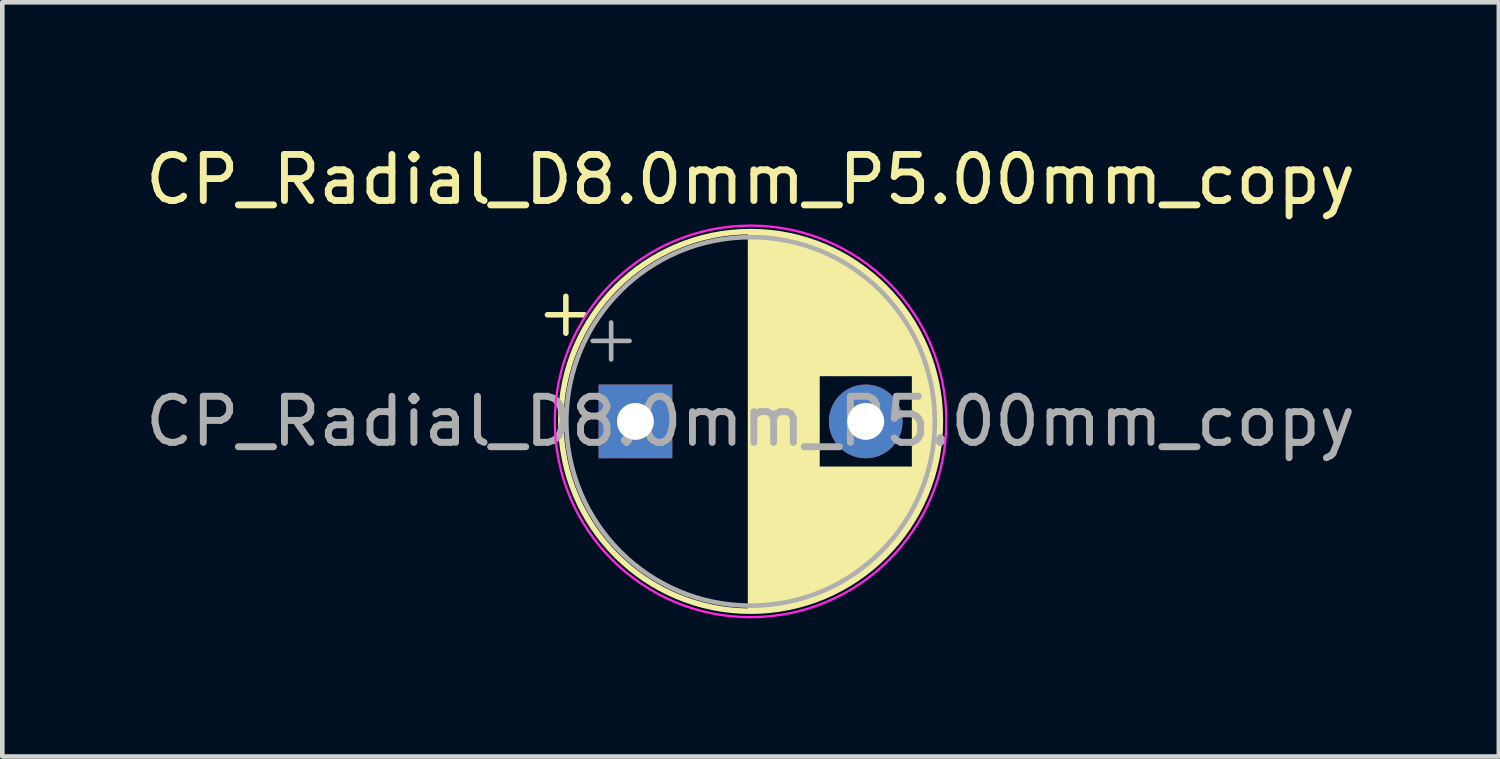
<source format=kicad_pcb>
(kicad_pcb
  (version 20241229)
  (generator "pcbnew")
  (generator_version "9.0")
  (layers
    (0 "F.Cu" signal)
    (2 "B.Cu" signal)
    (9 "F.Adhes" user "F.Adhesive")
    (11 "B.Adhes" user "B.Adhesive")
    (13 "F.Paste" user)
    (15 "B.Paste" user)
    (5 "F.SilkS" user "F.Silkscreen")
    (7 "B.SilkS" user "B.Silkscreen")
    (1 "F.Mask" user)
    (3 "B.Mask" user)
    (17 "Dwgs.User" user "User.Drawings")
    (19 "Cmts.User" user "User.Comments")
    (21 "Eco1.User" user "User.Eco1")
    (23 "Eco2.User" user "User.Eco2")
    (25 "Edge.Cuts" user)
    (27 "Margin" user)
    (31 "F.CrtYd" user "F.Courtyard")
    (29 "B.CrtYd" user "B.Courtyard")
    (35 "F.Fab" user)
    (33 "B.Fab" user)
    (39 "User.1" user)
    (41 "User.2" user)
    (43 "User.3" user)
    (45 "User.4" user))
  (footprint "CP_Radial_D8.0mm_P5.00mm_copy"
    (layer "F.Cu")
    (at 10.744 6.098)
    (property "Reference" "CP_Radial_D8.0mm_P5.00mm_copy" (at 2.5 -5.25 0) (layer "F.SilkS") (effects (font (size 1 1) (thickness 0.15))))
    (attr through_hole)
    (fp_line (start -1.91 -2.315) (end -1.11 -2.315) (stroke (width 0.12) (type solid)) (layer "F.SilkS"))
    (fp_line (start -1.51 -2.715) (end -1.51 -1.915) (stroke (width 0.12) (type solid)) (layer "F.SilkS"))
    (fp_line (start 2.5 -4.08) (end 2.5 4.08) (stroke (width 0.12) (type solid)) (layer "F.SilkS"))
    (fp_line (start 2.54 -4.08) (end 2.54 4.08) (stroke (width 0.12) (type solid)) (layer "F.SilkS"))
    (fp_line (start 2.58 -4.08) (end 2.58 4.08) (stroke (width 0.12) (type solid)) (layer "F.SilkS"))
    (fp_line (start 2.62 -4.079) (end 2.62 4.079) (stroke (width 0.12) (type solid)) (layer "F.SilkS"))
    (fp_line (start 2.66 -4.077) (end 2.66 4.077) (stroke (width 0.12) (type solid)) (layer "F.SilkS"))
    (fp_line (start 2.7 -4.076) (end 2.7 4.076) (stroke (width 0.12) (type solid)) (layer "F.SilkS"))
    (fp_line (start 2.74 -4.074) (end 2.74 4.074) (stroke (width 0.12) (type solid)) (layer "F.SilkS"))
    (fp_line (start 2.78 -4.071) (end 2.78 4.071) (stroke (width 0.12) (type solid)) (layer "F.SilkS"))
    (fp_line (start 2.82 -4.068) (end 2.82 4.068) (stroke (width 0.12) (type solid)) (layer "F.SilkS"))
    (fp_line (start 2.86 -4.065) (end 2.86 4.065) (stroke (width 0.12) (type solid)) (layer "F.SilkS"))
    (fp_line (start 2.9 -4.061) (end 2.9 4.061) (stroke (width 0.12) (type solid)) (layer "F.SilkS"))
    (fp_line (start 2.94 -4.057) (end 2.94 4.057) (stroke (width 0.12) (type solid)) (layer "F.SilkS"))
    (fp_line (start 2.98 -4.052) (end 2.98 4.052) (stroke (width 0.12) (type solid)) (layer "F.SilkS"))
    (fp_line (start 3.02 -4.048) (end 3.02 4.048) (stroke (width 0.12) (type solid)) (layer "F.SilkS"))
    (fp_line (start 3.06 -4.042) (end 3.06 4.042) (stroke (width 0.12) (type solid)) (layer "F.SilkS"))
    (fp_line (start 3.1 -4.037) (end 3.1 4.037) (stroke (width 0.12) (type solid)) (layer "F.SilkS"))
    (fp_line (start 3.14 -4.03) (end 3.14 4.03) (stroke (width 0.12) (type solid)) (layer "F.SilkS"))
    (fp_line (start 3.18 -4.024) (end 3.18 4.024) (stroke (width 0.12) (type solid)) (layer "F.SilkS"))
    (fp_line (start 3.221 -4.017) (end 3.221 4.017) (stroke (width 0.12) (type solid)) (layer "F.SilkS"))
    (fp_line (start 3.261 -4.01) (end 3.261 4.01) (stroke (width 0.12) (type solid)) (layer "F.SilkS"))
    (fp_line (start 3.301 -4.002) (end 3.301 4.002) (stroke (width 0.12) (type solid)) (layer "F.SilkS"))
    (fp_line (start 3.341 -3.994) (end 3.341 3.994) (stroke (width 0.12) (type solid)) (layer "F.SilkS"))
    (fp_line (start 3.381 -3.985) (end 3.381 3.985) (stroke (width 0.12) (type solid)) (layer "F.SilkS"))
    (fp_line (start 3.421 -3.976) (end 3.421 3.976) (stroke (width 0.12) (type solid)) (layer "F.SilkS"))
    (fp_line (start 3.461 -3.967) (end 3.461 3.967) (stroke (width 0.12) (type solid)) (layer "F.SilkS"))
    (fp_line (start 3.501 -3.957) (end 3.501 3.957) (stroke (width 0.12) (type solid)) (layer "F.SilkS"))
    (fp_line (start 3.541 -3.947) (end 3.541 3.947) (stroke (width 0.12) (type solid)) (layer "F.SilkS"))
    (fp_line (start 3.581 -3.936) (end 3.581 3.936) (stroke (width 0.12) (type solid)) (layer "F.SilkS"))
    (fp_line (start 3.621 -3.925) (end 3.621 3.925) (stroke (width 0.12) (type solid)) (layer "F.SilkS"))
    (fp_line (start 3.661 -3.914) (end 3.661 3.914) (stroke (width 0.12) (type solid)) (layer "F.SilkS"))
    (fp_line (start 3.701 -3.902) (end 3.701 3.902) (stroke (width 0.12) (type solid)) (layer "F.SilkS"))
    (fp_line (start 3.741 -3.889) (end 3.741 3.889) (stroke (width 0.12) (type solid)) (layer "F.SilkS"))
    (fp_line (start 3.781 -3.877) (end 3.781 3.877) (stroke (width 0.12) (type solid)) (layer "F.SilkS"))
    (fp_line (start 3.821 -3.863) (end 3.821 3.863) (stroke (width 0.12) (type solid)) (layer "F.SilkS"))
    (fp_line (start 3.861 -3.85) (end 3.861 3.85) (stroke (width 0.12) (type solid)) (layer "F.SilkS"))
    (fp_line (start 3.901 -3.835) (end 3.901 3.835) (stroke (width 0.12) (type solid)) (layer "F.SilkS"))
    (fp_line (start 3.941 -3.821) (end 3.941 3.821) (stroke (width 0.12) (type solid)) (layer "F.SilkS"))
    (fp_line (start 3.981 -3.805) (end 3.981 -1.04) (stroke (width 0.12) (type solid)) (layer "F.SilkS"))
    (fp_line (start 3.981 1.04) (end 3.981 3.805) (stroke (width 0.12) (type solid)) (layer "F.SilkS"))
    (fp_line (start 4.021 -3.79) (end 4.021 -1.04) (stroke (width 0.12) (type solid)) (layer "F.SilkS"))
    (fp_line (start 4.021 1.04) (end 4.021 3.79) (stroke (width 0.12) (type solid)) (layer "F.SilkS"))
    (fp_line (start 4.061 -3.774) (end 4.061 -1.04) (stroke (width 0.12) (type solid)) (layer "F.SilkS"))
    (fp_line (start 4.061 1.04) (end 4.061 3.774) (stroke (width 0.12) (type solid)) (layer "F.SilkS"))
    (fp_line (start 4.101 -3.757) (end 4.101 -1.04) (stroke (width 0.12) (type solid)) (layer "F.SilkS"))
    (fp_line (start 4.101 1.04) (end 4.101 3.757) (stroke (width 0.12) (type solid)) (layer "F.SilkS"))
    (fp_line (start 4.141 -3.74) (end 4.141 -1.04) (stroke (width 0.12) (type solid)) (layer "F.SilkS"))
    (fp_line (start 4.141 1.04) (end 4.141 3.74) (stroke (width 0.12) (type solid)) (layer "F.SilkS"))
    (fp_line (start 4.181 -3.722) (end 4.181 -1.04) (stroke (width 0.12) (type solid)) (layer "F.SilkS"))
    (fp_line (start 4.181 1.04) (end 4.181 3.722) (stroke (width 0.12) (type solid)) (layer "F.SilkS"))
    (fp_line (start 4.221 -3.704) (end 4.221 -1.04) (stroke (width 0.12) (type solid)) (layer "F.SilkS"))
    (fp_line (start 4.221 1.04) (end 4.221 3.704) (stroke (width 0.12) (type solid)) (layer "F.SilkS"))
    (fp_line (start 4.261 -3.686) (end 4.261 -1.04) (stroke (width 0.12) (type solid)) (layer "F.SilkS"))
    (fp_line (start 4.261 1.04) (end 4.261 3.686) (stroke (width 0.12) (type solid)) (layer "F.SilkS"))
    (fp_line (start 4.301 -3.666) (end 4.301 -1.04) (stroke (width 0.12) (type solid)) (layer "F.SilkS"))
    (fp_line (start 4.301 1.04) (end 4.301 3.666) (stroke (width 0.12) (type solid)) (layer "F.SilkS"))
    (fp_line (start 4.341 -3.647) (end 4.341 -1.04) (stroke (width 0.12) (type solid)) (layer "F.SilkS"))
    (fp_line (start 4.341 1.04) (end 4.341 3.647) (stroke (width 0.12) (type solid)) (layer "F.SilkS"))
    (fp_line (start 4.381 -3.627) (end 4.381 -1.04) (stroke (width 0.12) (type solid)) (layer "F.SilkS"))
    (fp_line (start 4.381 1.04) (end 4.381 3.627) (stroke (width 0.12) (type solid)) (layer "F.SilkS"))
    (fp_line (start 4.421 -3.606) (end 4.421 -1.04) (stroke (width 0.12) (type solid)) (layer "F.SilkS"))
    (fp_line (start 4.421 1.04) (end 4.421 3.606) (stroke (width 0.12) (type solid)) (layer "F.SilkS"))
    (fp_line (start 4.461 -3.584) (end 4.461 -1.04) (stroke (width 0.12) (type solid)) (layer "F.SilkS"))
    (fp_line (start 4.461 1.04) (end 4.461 3.584) (stroke (width 0.12) (type solid)) (layer "F.SilkS"))
    (fp_line (start 4.501 -3.562) (end 4.501 -1.04) (stroke (width 0.12) (type solid)) (layer "F.SilkS"))
    (fp_line (start 4.501 1.04) (end 4.501 3.562) (stroke (width 0.12) (type solid)) (layer "F.SilkS"))
    (fp_line (start 4.541 -3.54) (end 4.541 -1.04) (stroke (width 0.12) (type solid)) (layer "F.SilkS"))
    (fp_line (start 4.541 1.04) (end 4.541 3.54) (stroke (width 0.12) (type solid)) (layer "F.SilkS"))
    (fp_line (start 4.581 -3.517) (end 4.581 -1.04) (stroke (width 0.12) (type solid)) (layer "F.SilkS"))
    (fp_line (start 4.581 1.04) (end 4.581 3.517) (stroke (width 0.12) (type solid)) (layer "F.SilkS"))
    (fp_line (start 4.621 -3.493) (end 4.621 -1.04) (stroke (width 0.12) (type solid)) (layer "F.SilkS"))
    (fp_line (start 4.621 1.04) (end 4.621 3.493) (stroke (width 0.12) (type solid)) (layer "F.SilkS"))
    (fp_line (start 4.661 -3.469) (end 4.661 -1.04) (stroke (width 0.12) (type solid)) (layer "F.SilkS"))
    (fp_line (start 4.661 1.04) (end 4.661 3.469) (stroke (width 0.12) (type solid)) (layer "F.SilkS"))
    (fp_line (start 4.701 -3.444) (end 4.701 -1.04) (stroke (width 0.12) (type solid)) (layer "F.SilkS"))
    (fp_line (start 4.701 1.04) (end 4.701 3.444) (stroke (width 0.12) (type solid)) (layer "F.SilkS"))
    (fp_line (start 4.741 -3.418) (end 4.741 -1.04) (stroke (width 0.12) (type solid)) (layer "F.SilkS"))
    (fp_line (start 4.741 1.04) (end 4.741 3.418) (stroke (width 0.12) (type solid)) (layer "F.SilkS"))
    (fp_line (start 4.781 -3.392) (end 4.781 -1.04) (stroke (width 0.12) (type solid)) (layer "F.SilkS"))
    (fp_line (start 4.781 1.04) (end 4.781 3.392) (stroke (width 0.12) (type solid)) (layer "F.SilkS"))
    (fp_line (start 4.821 -3.365) (end 4.821 -1.04) (stroke (width 0.12) (type solid)) (layer "F.SilkS"))
    (fp_line (start 4.821 1.04) (end 4.821 3.365) (stroke (width 0.12) (type solid)) (layer "F.SilkS"))
    (fp_line (start 4.861 -3.338) (end 4.861 -1.04) (stroke (width 0.12) (type solid)) (layer "F.SilkS"))
    (fp_line (start 4.861 1.04) (end 4.861 3.338) (stroke (width 0.12) (type solid)) (layer "F.SilkS"))
    (fp_line (start 4.901 -3.309) (end 4.901 -1.04) (stroke (width 0.12) (type solid)) (layer "F.SilkS"))
    (fp_line (start 4.901 1.04) (end 4.901 3.309) (stroke (width 0.12) (type solid)) (layer "F.SilkS"))
    (fp_line (start 4.941 -3.28) (end 4.941 -1.04) (stroke (width 0.12) (type solid)) (layer "F.SilkS"))
    (fp_line (start 4.941 1.04) (end 4.941 3.28) (stroke (width 0.12) (type solid)) (layer "F.SilkS"))
    (fp_line (start 4.981 -3.25) (end 4.981 -1.04) (stroke (width 0.12) (type solid)) (layer "F.SilkS"))
    (fp_line (start 4.981 1.04) (end 4.981 3.25) (stroke (width 0.12) (type solid)) (layer "F.SilkS"))
    (fp_line (start 5.021 -3.22) (end 5.021 -1.04) (stroke (width 0.12) (type solid)) (layer "F.SilkS"))
    (fp_line (start 5.021 1.04) (end 5.021 3.22) (stroke (width 0.12) (type solid)) (layer "F.SilkS"))
    (fp_line (start 5.061 -3.189) (end 5.061 -1.04) (stroke (width 0.12) (type solid)) (layer "F.SilkS"))
    (fp_line (start 5.061 1.04) (end 5.061 3.189) (stroke (width 0.12) (type solid)) (layer "F.SilkS"))
    (fp_line (start 5.101 -3.156) (end 5.101 -1.04) (stroke (width 0.12) (type solid)) (layer "F.SilkS"))
    (fp_line (start 5.101 1.04) (end 5.101 3.156) (stroke (width 0.12) (type solid)) (layer "F.SilkS"))
    (fp_line (start 5.141 -3.124) (end 5.141 -1.04) (stroke (width 0.12) (type solid)) (layer "F.SilkS"))
    (fp_line (start 5.141 1.04) (end 5.141 3.124) (stroke (width 0.12) (type solid)) (layer "F.SilkS"))
    (fp_line (start 5.181 -3.09) (end 5.181 -1.04) (stroke (width 0.12) (type solid)) (layer "F.SilkS"))
    (fp_line (start 5.181 1.04) (end 5.181 3.09) (stroke (width 0.12) (type solid)) (layer "F.SilkS"))
    (fp_line (start 5.221 -3.055) (end 5.221 -1.04) (stroke (width 0.12) (type solid)) (layer "F.SilkS"))
    (fp_line (start 5.221 1.04) (end 5.221 3.055) (stroke (width 0.12) (type solid)) (layer "F.SilkS"))
    (fp_line (start 5.261 -3.019) (end 5.261 -1.04) (stroke (width 0.12) (type solid)) (layer "F.SilkS"))
    (fp_line (start 5.261 1.04) (end 5.261 3.019) (stroke (width 0.12) (type solid)) (layer "F.SilkS"))
    (fp_line (start 5.301 -2.983) (end 5.301 -1.04) (stroke (width 0.12) (type solid)) (layer "F.SilkS"))
    (fp_line (start 5.301 1.04) (end 5.301 2.983) (stroke (width 0.12) (type solid)) (layer "F.SilkS"))
    (fp_line (start 5.341 -2.945) (end 5.341 -1.04) (stroke (width 0.12) (type solid)) (layer "F.SilkS"))
    (fp_line (start 5.341 1.04) (end 5.341 2.945) (stroke (width 0.12) (type solid)) (layer "F.SilkS"))
    (fp_line (start 5.381 -2.907) (end 5.381 -1.04) (stroke (width 0.12) (type solid)) (layer "F.SilkS"))
    (fp_line (start 5.381 1.04) (end 5.381 2.907) (stroke (width 0.12) (type solid)) (layer "F.SilkS"))
    (fp_line (start 5.421 -2.867) (end 5.421 -1.04) (stroke (width 0.12) (type solid)) (layer "F.SilkS"))
    (fp_line (start 5.421 1.04) (end 5.421 2.867) (stroke (width 0.12) (type solid)) (layer "F.SilkS"))
    (fp_line (start 5.461 -2.826) (end 5.461 -1.04) (stroke (width 0.12) (type solid)) (layer "F.SilkS"))
    (fp_line (start 5.461 1.04) (end 5.461 2.826) (stroke (width 0.12) (type solid)) (layer "F.SilkS"))
    (fp_line (start 5.501 -2.784) (end 5.501 -1.04) (stroke (width 0.12) (type solid)) (layer "F.SilkS"))
    (fp_line (start 5.501 1.04) (end 5.501 2.784) (stroke (width 0.12) (type solid)) (layer "F.SilkS"))
    (fp_line (start 5.541 -2.741) (end 5.541 -1.04) (stroke (width 0.12) (type solid)) (layer "F.SilkS"))
    (fp_line (start 5.541 1.04) (end 5.541 2.741) (stroke (width 0.12) (type solid)) (layer "F.SilkS"))
    (fp_line (start 5.581 -2.697) (end 5.581 -1.04) (stroke (width 0.12) (type solid)) (layer "F.SilkS"))
    (fp_line (start 5.581 1.04) (end 5.581 2.697) (stroke (width 0.12) (type solid)) (layer "F.SilkS"))
    (fp_line (start 5.621 -2.651) (end 5.621 -1.04) (stroke (width 0.12) (type solid)) (layer "F.SilkS"))
    (fp_line (start 5.621 1.04) (end 5.621 2.651) (stroke (width 0.12) (type solid)) (layer "F.SilkS"))
    (fp_line (start 5.661 -2.604) (end 5.661 -1.04) (stroke (width 0.12) (type solid)) (layer "F.SilkS"))
    (fp_line (start 5.661 1.04) (end 5.661 2.604) (stroke (width 0.12) (type solid)) (layer "F.SilkS"))
    (fp_line (start 5.701 -2.556) (end 5.701 -1.04) (stroke (width 0.12) (type solid)) (layer "F.SilkS"))
    (fp_line (start 5.701 1.04) (end 5.701 2.556) (stroke (width 0.12) (type solid)) (layer "F.SilkS"))
    (fp_line (start 5.741 -2.505) (end 5.741 -1.04) (stroke (width 0.12) (type solid)) (layer "F.SilkS"))
    (fp_line (start 5.741 1.04) (end 5.741 2.505) (stroke (width 0.12) (type solid)) (layer "F.SilkS"))
    (fp_line (start 5.781 -2.454) (end 5.781 -1.04) (stroke (width 0.12) (type solid)) (layer "F.SilkS"))
    (fp_line (start 5.781 1.04) (end 5.781 2.454) (stroke (width 0.12) (type solid)) (layer "F.SilkS"))
    (fp_line (start 5.821 -2.4) (end 5.821 -1.04) (stroke (width 0.12) (type solid)) (layer "F.SilkS"))
    (fp_line (start 5.821 1.04) (end 5.821 2.4) (stroke (width 0.12) (type solid)) (layer "F.SilkS"))
    (fp_line (start 5.861 -2.345) (end 5.861 -1.04) (stroke (width 0.12) (type solid)) (layer "F.SilkS"))
    (fp_line (start 5.861 1.04) (end 5.861 2.345) (stroke (width 0.12) (type solid)) (layer "F.SilkS"))
    (fp_line (start 5.901 -2.287) (end 5.901 -1.04) (stroke (width 0.12) (type solid)) (layer "F.SilkS"))
    (fp_line (start 5.901 1.04) (end 5.901 2.287) (stroke (width 0.12) (type solid)) (layer "F.SilkS"))
    (fp_line (start 5.941 -2.228) (end 5.941 -1.04) (stroke (width 0.12) (type solid)) (layer "F.SilkS"))
    (fp_line (start 5.941 1.04) (end 5.941 2.228) (stroke (width 0.12) (type solid)) (layer "F.SilkS"))
    (fp_line (start 5.981 -2.166) (end 5.981 -1.04) (stroke (width 0.12) (type solid)) (layer "F.SilkS"))
    (fp_line (start 5.981 1.04) (end 5.981 2.166) (stroke (width 0.12) (type solid)) (layer "F.SilkS"))
    (fp_line (start 6.021 -2.102) (end 6.021 -1.04) (stroke (width 0.12) (type solid)) (layer "F.SilkS"))
    (fp_line (start 6.021 1.04) (end 6.021 2.102) (stroke (width 0.12) (type solid)) (layer "F.SilkS"))
    (fp_line (start 6.061 -2.034) (end 6.061 2.034) (stroke (width 0.12) (type solid)) (layer "F.SilkS"))
    (fp_line (start 6.101 -1.964) (end 6.101 1.964) (stroke (width 0.12) (type solid)) (layer "F.SilkS"))
    (fp_line (start 6.141 -1.89) (end 6.141 1.89) (stroke (width 0.12) (type solid)) (layer "F.SilkS"))
    (fp_line (start 6.181 -1.813) (end 6.181 1.813) (stroke (width 0.12) (type solid)) (layer "F.SilkS"))
    (fp_line (start 6.221 -1.731) (end 6.221 1.731) (stroke (width 0.12) (type solid)) (layer "F.SilkS"))
    (fp_line (start 6.261 -1.645) (end 6.261 1.645) (stroke (width 0.12) (type solid)) (layer "F.SilkS"))
    (fp_line (start 6.301 -1.552) (end 6.301 1.552) (stroke (width 0.12) (type solid)) (layer "F.SilkS"))
    (fp_line (start 6.341 -1.453) (end 6.341 1.453) (stroke (width 0.12) (type solid)) (layer "F.SilkS"))
    (fp_line (start 6.381 -1.346) (end 6.381 1.346) (stroke (width 0.12) (type solid)) (layer "F.SilkS"))
    (fp_line (start 6.421 -1.229) (end 6.421 1.229) (stroke (width 0.12) (type solid)) (layer "F.SilkS"))
    (fp_line (start 6.461 -1.098) (end 6.461 1.098) (stroke (width 0.12) (type solid)) (layer "F.SilkS"))
    (fp_line (start 6.501 -0.948) (end 6.501 0.948) (stroke (width 0.12) (type solid)) (layer "F.SilkS"))
    (fp_line (start 6.541 -0.768) (end 6.541 0.768) (stroke (width 0.12) (type solid)) (layer "F.SilkS"))
    (fp_line (start 6.581 -0.533) (end 6.581 0.533) (stroke (width 0.12) (type solid)) (layer "F.SilkS"))
    (fp_circle (center 2.5 0) (end 6.62 0) (stroke (width 0.12) (type solid)) (fill no) (layer "F.SilkS"))
    (fp_circle (center 2.5 0) (end 6.75 0) (stroke (width 0.05) (type solid)) (fill no) (layer "F.CrtYd"))
    (fp_line (start -0.927 -1.748) (end -0.127 -1.748) (stroke (width 0.1) (type solid)) (layer "F.Fab"))
    (fp_line (start -0.527 -2.147) (end -0.527 -1.347) (stroke (width 0.1) (type solid)) (layer "F.Fab"))
    (fp_circle (center 2.5 0) (end 6.5 0) (stroke (width 0.1) (type solid)) (fill no) (layer "F.Fab"))
    (fp_text user "${REFERENCE}" (at 2.5 0 0) (layer "F.Fab") (effects (font (size 1 1) (thickness 0.15))))
    (pad "1" thru_hole rect (at 0 0) (size 1.6 1.6) (drill 0.8) (layers "*.Cu" "*.Mask"))
    (pad "2" thru_hole circle (at 5 0) (size 1.6 1.6) (drill 0.8) (layers "*.Cu" "*.Mask")))
  (gr_rect
    (start -3 -3)
    (end 29.488 13.373)
    (stroke (width 0.1) (type default))
    (fill no)
    (layer "Edge.Cuts")))
</source>
